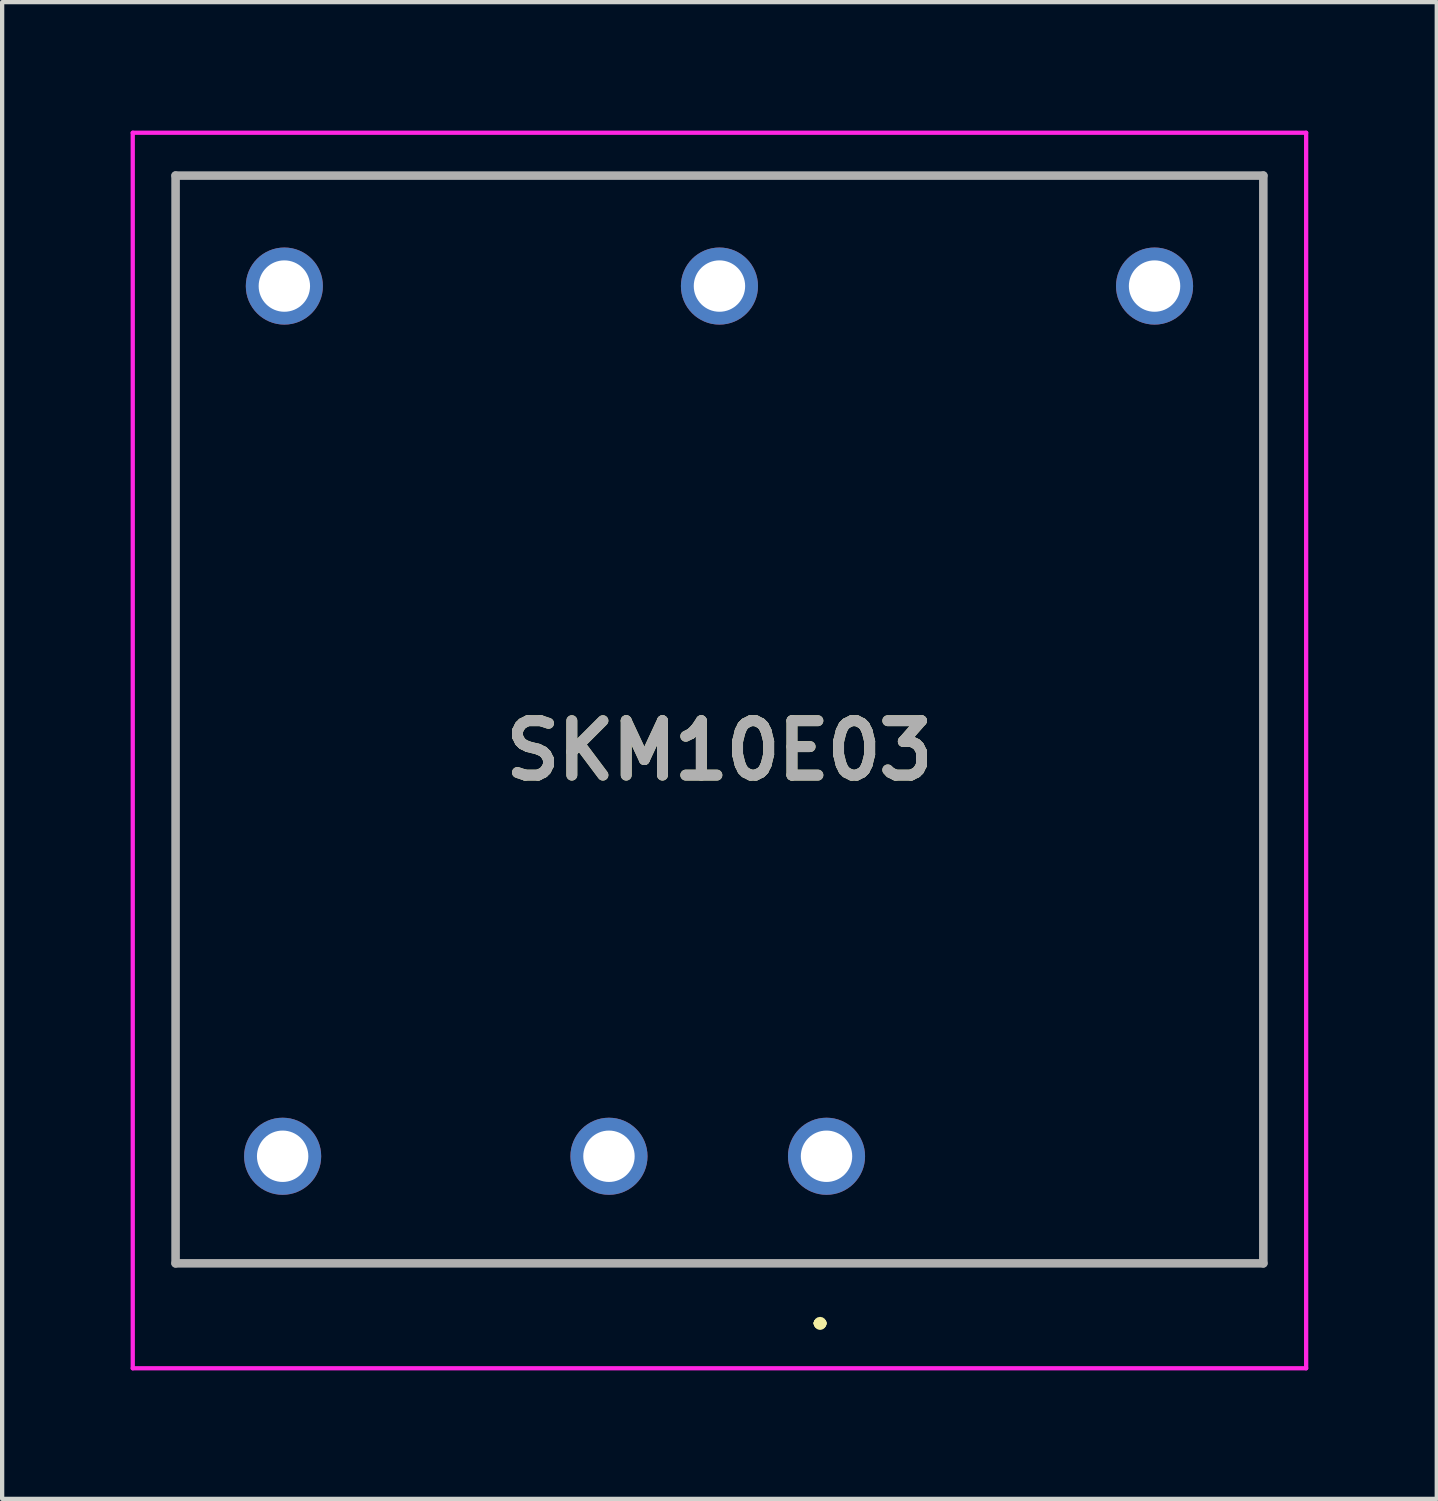
<source format=kicad_pcb>
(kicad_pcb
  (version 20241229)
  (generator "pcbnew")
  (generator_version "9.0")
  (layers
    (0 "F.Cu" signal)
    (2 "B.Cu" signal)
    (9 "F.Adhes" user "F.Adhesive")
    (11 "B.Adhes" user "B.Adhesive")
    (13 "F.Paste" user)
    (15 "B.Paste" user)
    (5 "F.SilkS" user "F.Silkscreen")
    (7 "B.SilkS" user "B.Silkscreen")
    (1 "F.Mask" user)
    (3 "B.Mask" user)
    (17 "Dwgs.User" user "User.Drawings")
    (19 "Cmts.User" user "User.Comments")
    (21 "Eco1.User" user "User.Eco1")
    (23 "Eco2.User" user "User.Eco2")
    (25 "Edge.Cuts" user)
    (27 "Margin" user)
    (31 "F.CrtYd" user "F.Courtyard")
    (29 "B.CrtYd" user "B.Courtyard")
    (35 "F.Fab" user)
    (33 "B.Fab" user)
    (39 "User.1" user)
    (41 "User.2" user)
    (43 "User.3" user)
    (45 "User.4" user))
  (footprint "SKM10E03"
    (layer "F.Cu")
    (at 16.25 23.95)
    (property "Reference" "SKM10E03" (at -2.5 -9.475 0) (layer "F.SilkS") (effects (font (size 1.27 1.27) (thickness 0.254))))
    (attr through_hole)
    (fp_line (start -15.2 -22.9) (end -15.2 2.5) (stroke (width 0.1) (type solid)) (layer "F.SilkS"))
    (fp_line (start -15.2 2.5) (end 10.2 2.5) (stroke (width 0.1) (type solid)) (layer "F.SilkS"))
    (fp_line (start -0.2 3.9) (end -0.2 3.9) (stroke (width 0.2) (type solid)) (layer "F.SilkS"))
    (fp_line (start -0.2 3.9) (end -0.2 3.9) (stroke (width 0.2) (type solid)) (layer "F.SilkS"))
    (fp_line (start -0.1 3.9) (end -0.1 3.9) (stroke (width 0.2) (type solid)) (layer "F.SilkS"))
    (fp_line (start 10.2 -22.9) (end -15.2 -22.9) (stroke (width 0.1) (type solid)) (layer "F.SilkS"))
    (fp_line (start 10.2 2.5) (end 10.2 -22.9) (stroke (width 0.1) (type solid)) (layer "F.SilkS"))
    (fp_arc (start -0.2 3.9) (mid -0.15 3.85) (end -0.1 3.9) (stroke (width 0.2) (type solid)) (layer "F.SilkS"))
    (fp_arc (start -0.1 3.9) (mid -0.15 3.95) (end -0.2 3.9) (stroke (width 0.2) (type solid)) (layer "F.SilkS"))
    (fp_arc (start -0.1 3.9) (mid -0.15 3.95) (end -0.2 3.9) (stroke (width 0.2) (type solid)) (layer "F.SilkS"))
    (fp_line (start -16.2 -23.9) (end -16.2 4.95) (stroke (width 0.1) (type solid)) (layer "F.CrtYd"))
    (fp_line (start -16.2 4.95) (end 11.2 4.95) (stroke (width 0.1) (type solid)) (layer "F.CrtYd"))
    (fp_line (start 11.2 -23.9) (end -16.2 -23.9) (stroke (width 0.1) (type solid)) (layer "F.CrtYd"))
    (fp_line (start 11.2 4.95) (end 11.2 -23.9) (stroke (width 0.1) (type solid)) (layer "F.CrtYd"))
    (fp_line (start -15.2 -22.9) (end 10.2 -22.9) (stroke (width 0.2) (type solid)) (layer "F.Fab"))
    (fp_line (start -15.2 2.5) (end -15.2 -22.9) (stroke (width 0.2) (type solid)) (layer "F.Fab"))
    (fp_line (start 10.2 -22.9) (end 10.2 2.5) (stroke (width 0.2) (type solid)) (layer "F.Fab"))
    (fp_line (start 10.2 2.5) (end -15.2 2.5) (stroke (width 0.2) (type solid)) (layer "F.Fab"))
    (fp_text user "${REFERENCE}" (at -2.5 -9.475 0) (layer "F.Fab") (effects (font (size 1.27 1.27) (thickness 0.254))))
    (pad "1" thru_hole circle (at 0 0) (size 1.8 1.8) (drill 1.2) (layers "*.Cu" "*.Mask"))
    (pad "2" thru_hole circle (at -5.08 0) (size 1.8 1.8) (drill 1.2) (layers "*.Cu" "*.Mask"))
    (pad "3" thru_hole circle (at 7.66 -20.32) (size 1.8 1.8) (drill 1.2) (layers "*.Cu" "*.Mask"))
    (pad "4" thru_hole circle (at -2.5 -20.32) (size 1.8 1.8) (drill 1.2) (layers "*.Cu" "*.Mask"))
    (pad "5" thru_hole circle (at -12.66 -20.32) (size 1.8 1.8) (drill 1.2) (layers "*.Cu" "*.Mask"))
    (pad "6" thru_hole circle (at -12.7 0) (size 1.8 1.8) (drill 1.2) (layers "*.Cu" "*.Mask")))
  (gr_rect
    (start -3 -3)
    (end 30.5 31.95)
    (stroke (width 0.1) (type default))
    (fill no)
    (layer "Edge.Cuts")))
</source>
